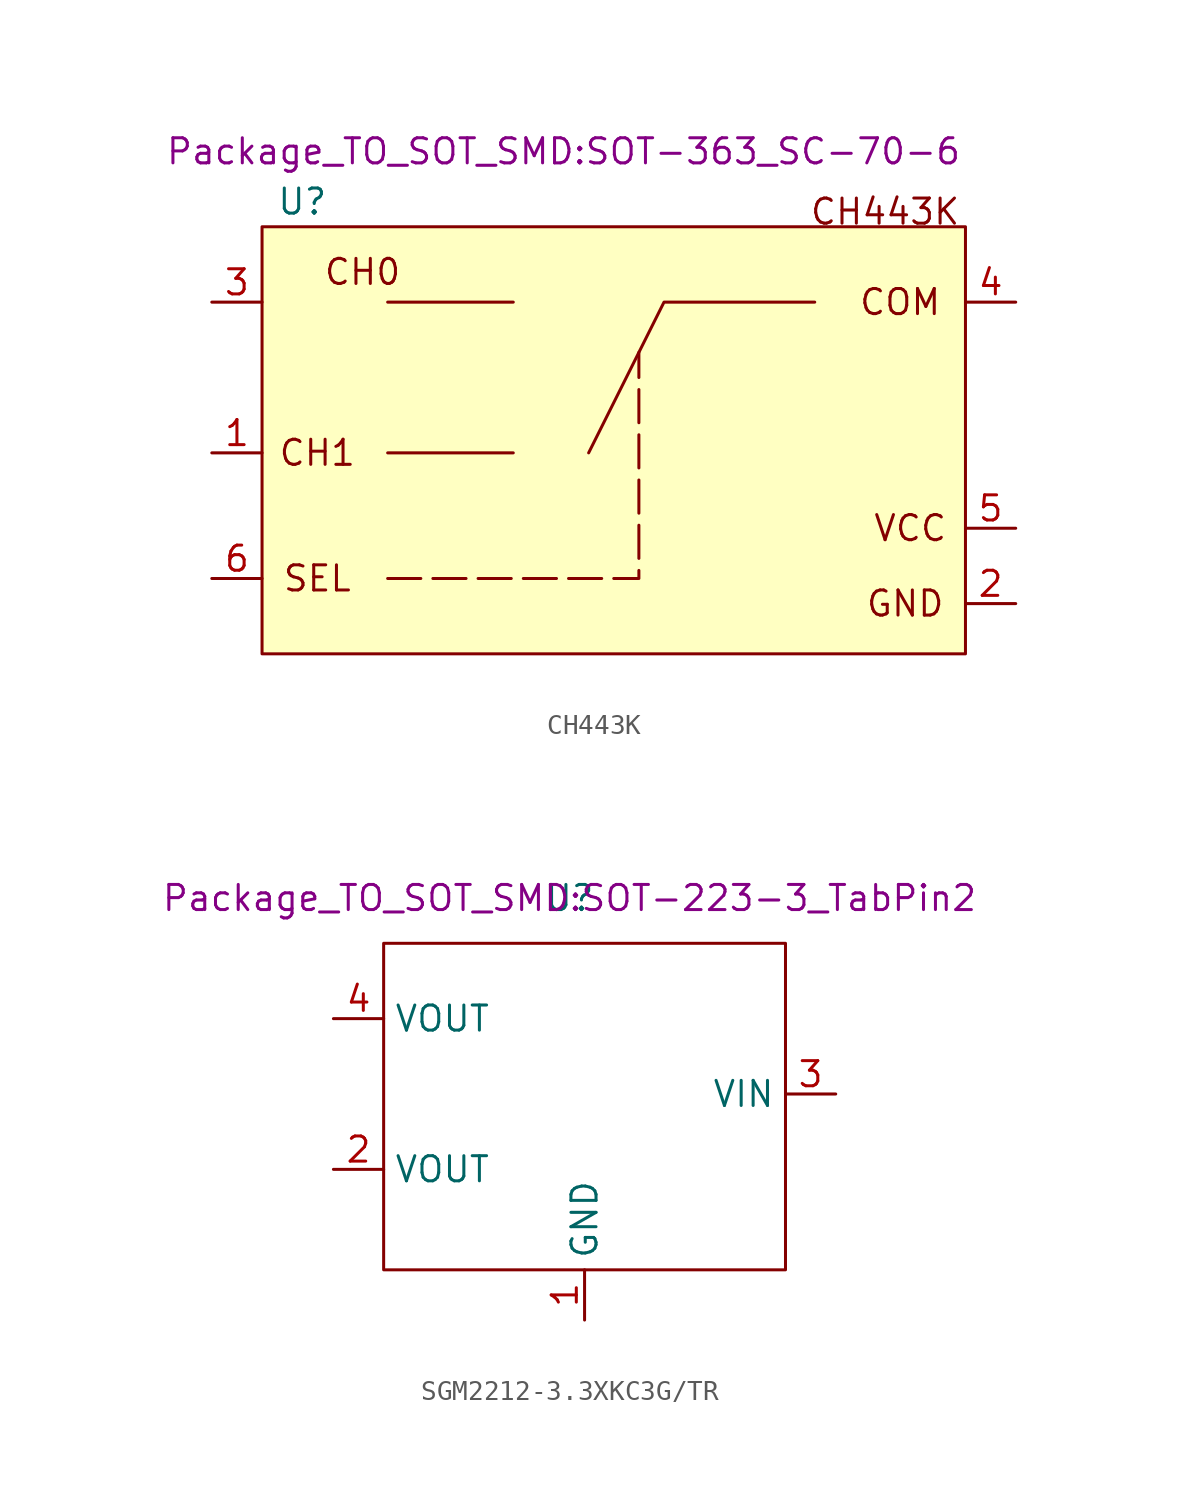
<source format=kicad_sym>
(kicad_symbol_lib
  (version 20231120)
  (generator "kicad_symbol_editor")
  (generator_version "8.0")
  (symbol "CH443K"
    (property "Reference" "U"
      (at -13.208 -2.54 0)
      (effects (font (size 1.27 1.27))))
    (property "Value" ""
      (at 0 0 0)
      (effects (font (size 1.27 1.27))))
    (property "Footprint" "Package_TO_SOT_SMD:SOT-363_SC-70-6"
      (at 0 0 0)
      (effects (font (size 1.27 1.27))))
    (symbol "CH443K_1_1"
      (rectangle (start -15.24 -3.81) (end 20.32 -25.4) (stroke (width 0) (type default)) (fill (type background)))
      (polyline (pts (xy -8.89 -15.24) (xy -2.54 -15.24)) (stroke (width 0) (type default)) (fill (type none)))
      (polyline (pts (xy -8.89 -7.62) (xy -2.54 -7.62)) (stroke (width 0) (type default)) (fill (type none)))
      (polyline (pts (xy -8.89 -21.59) (xy 3.81 -21.59) (xy 3.81 -10.16)) (stroke (width 0) (type dash)) (fill (type none)))
      (polyline (pts (xy 1.27 -15.24) (xy 5.08 -7.62) (xy 12.7 -7.62)) (stroke (width 0) (type default)) (fill (type none)))
      (text "CH0" (at -10.16 -6.096 0) (effects (font (size 1.27 1.27))))
      (text "CH1" (at -12.446 -15.24 0) (effects (font (size 1.27 1.27))))
      (text "CH443K\n" (at 16.256 -3.048 0) (effects (font (size 1.27 1.27))))
      (text "COM" (at 17.018 -7.62 0) (effects (font (size 1.27 1.27))))
      (text "GND" (at 17.272 -22.86 0) (effects (font (size 1.27 1.27))))
      (text "SEL" (at -12.446 -21.59 0) (effects (font (size 1.27 1.27))))
      (text "VCC" (at 17.526 -19.05 0) (effects (font (size 1.27 1.27))))
      (pin unspecified line (at -17.78 -15.24 0) (length 2.54) (name "" (effects (font (size 1.27 1.27)))) (number "1" (effects (font (size 1.27 1.27)))))
      (pin unspecified line (at 22.86 -22.86 180) (length 2.54) (name "" (effects (font (size 1.27 1.27)))) (number "2" (effects (font (size 1.27 1.27)))))
      (pin unspecified line (at -17.78 -7.62 0) (length 2.54) (name "" (effects (font (size 1.27 1.27)))) (number "3" (effects (font (size 1.27 1.27)))))
      (pin output line (at 22.86 -7.62 180) (length 2.54) (name "" (effects (font (size 1.27 1.27)))) (number "4" (effects (font (size 1.27 1.27)))))
      (pin unspecified line (at 22.86 -19.05 180) (length 2.54) (name "" (effects (font (size 1.27 1.27)))) (number "5" (effects (font (size 1.27 1.27)))))
      (pin unspecified line (at -17.78 -21.59 0) (length 2.54) (name "" (effects (font (size 1.27 1.27)))) (number "6" (effects (font (size 1.27 1.27)))))))
  (symbol "SGM2212-3.3XKC3G/TR"
    (property "Reference" "U"
      (at -0.762 2.286 0)
      (effects (font (size 1.27 1.27))))
    (property "Value" ""
      (at -0.762 2.286 0)
      (effects (font (size 1.27 1.27))))
    (property "Footprint" "Package_TO_SOT_SMD:SOT-223-3_TabPin2"
      (at -0.762 2.286 0)
      (effects (font (size 1.27 1.27))))
    (symbol "SGM2212-3.3XKC3G/TR_0_1"
      (rectangle (start -10.16 0) (end 10.16 -16.51) (stroke (width 0) (type default)) (fill (type none))))
    (symbol "SGM2212-3.3XKC3G/TR_1_1"
      (pin unspecified line (at 0 -19.05 90) (length 2.54) (name "GND" (effects (font (size 1.27 1.27)))) (number "1" (effects (font (size 1.27 1.27)))))
      (pin unspecified line (at -12.7 -11.43 0) (length 2.54) (name "VOUT" (effects (font (size 1.27 1.27)))) (number "2" (effects (font (size 1.27 1.27)))))
      (pin unspecified line (at 12.7 -7.62 180) (length 2.54) (name "VIN" (effects (font (size 1.27 1.27)))) (number "3" (effects (font (size 1.27 1.27)))))
      (pin unspecified line (at -12.7 -3.81 0) (length 2.54) (name "VOUT" (effects (font (size 1.27 1.27)))) (number "4" (effects (font (size 1.27 1.27))))))))
</source>
